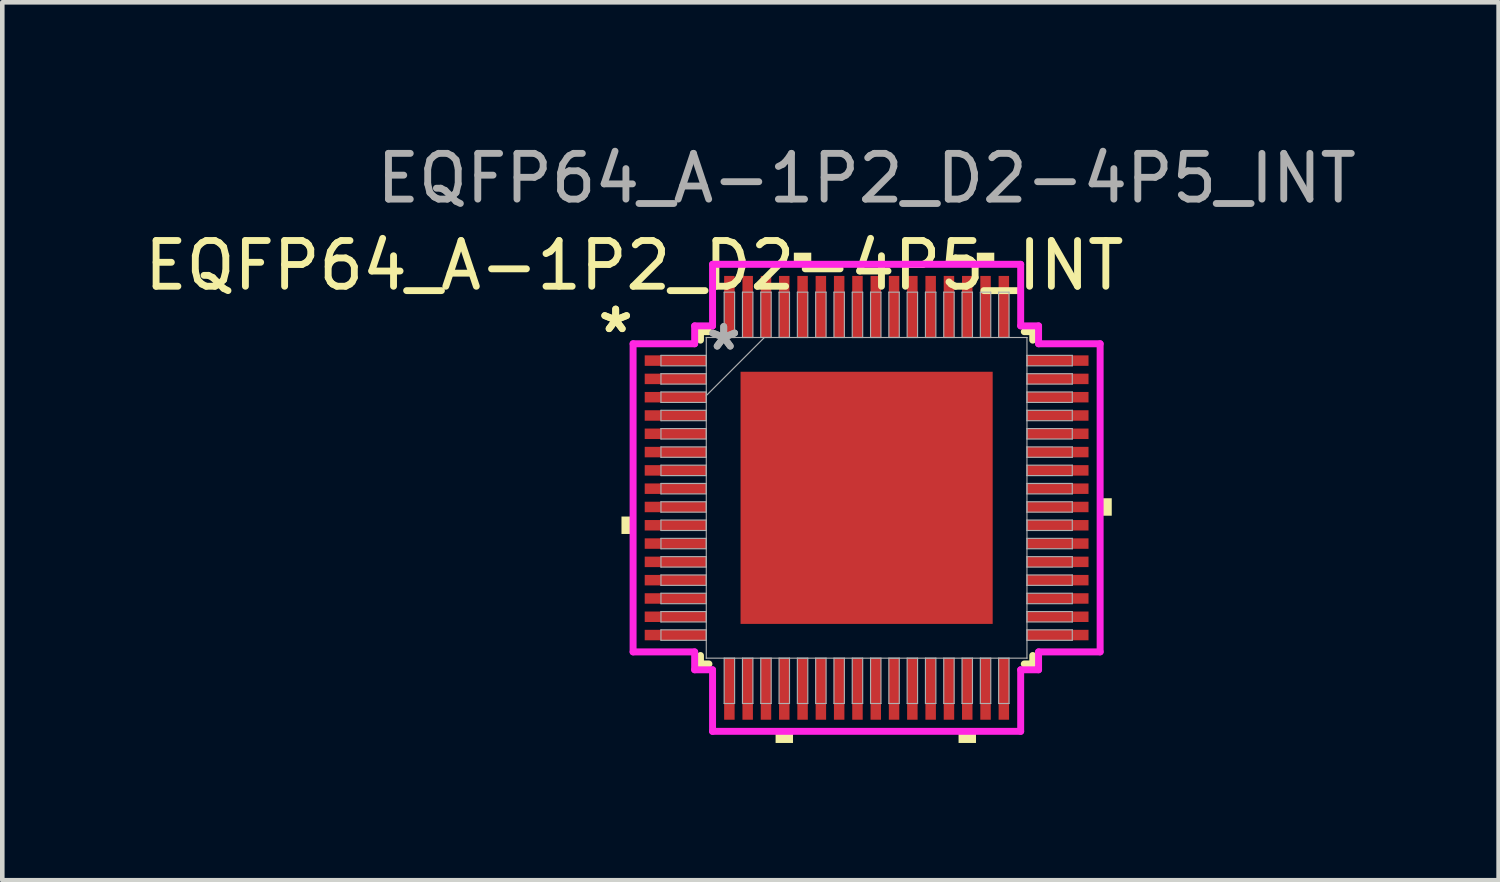
<source format=kicad_pcb>
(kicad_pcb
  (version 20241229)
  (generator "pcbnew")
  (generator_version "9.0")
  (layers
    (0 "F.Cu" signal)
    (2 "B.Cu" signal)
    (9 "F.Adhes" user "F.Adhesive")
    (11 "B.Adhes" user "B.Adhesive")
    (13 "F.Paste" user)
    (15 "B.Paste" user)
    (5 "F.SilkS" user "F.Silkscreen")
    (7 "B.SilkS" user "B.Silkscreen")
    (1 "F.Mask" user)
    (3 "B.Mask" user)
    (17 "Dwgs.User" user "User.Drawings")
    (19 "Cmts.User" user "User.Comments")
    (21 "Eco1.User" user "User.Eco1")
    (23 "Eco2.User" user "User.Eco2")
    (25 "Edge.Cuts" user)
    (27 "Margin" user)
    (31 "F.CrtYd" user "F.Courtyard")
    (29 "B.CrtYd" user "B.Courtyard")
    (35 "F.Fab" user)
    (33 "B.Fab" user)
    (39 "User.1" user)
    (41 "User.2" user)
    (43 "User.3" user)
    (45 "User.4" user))
  (footprint "EQFP64_A-1P2_D2-4P5_INT"
    (layer "F.Cu")
    (at 15.895 7.833)
    (property "Reference" "EQFP64_A-1P2_D2-4P5_INT" (at -5.08 -5.08 0) (unlocked yes) (layer "F.SilkS") (effects (font (size 1 1) (thickness 0.15))))
    (attr smd)
    (fp_line (start -3.632 -3.632) (end -3.632 -3.447) (stroke (width 0.152) (type solid)) (layer "F.SilkS"))
    (fp_line (start -3.632 3.447) (end -3.632 3.632) (stroke (width 0.152) (type solid)) (layer "F.SilkS"))
    (fp_line (start -3.632 3.632) (end -3.447 3.632) (stroke (width 0.152) (type solid)) (layer "F.SilkS"))
    (fp_line (start -3.447 -3.632) (end -3.632 -3.632) (stroke (width 0.152) (type solid)) (layer "F.SilkS"))
    (fp_line (start 3.447 3.632) (end 3.632 3.632) (stroke (width 0.152) (type solid)) (layer "F.SilkS"))
    (fp_line (start 3.632 -3.632) (end 3.447 -3.632) (stroke (width 0.152) (type solid)) (layer "F.SilkS"))
    (fp_line (start 3.632 -3.447) (end 3.632 -3.632) (stroke (width 0.152) (type solid)) (layer "F.SilkS"))
    (fp_line (start 3.632 3.632) (end 3.632 3.447) (stroke (width 0.152) (type solid)) (layer "F.SilkS"))
    (fp_poly (pts (xy -5.359 0.409) (xy -5.359 0.79) (xy -5.105 0.79) (xy -5.105 0.409)) (stroke (width 0) (type solid)) (fill yes) (layer "F.SilkS"))
    (fp_poly (pts (xy -1.99 5.105) (xy -1.99 5.359) (xy -1.609 5.359) (xy -1.609 5.105)) (stroke (width 0) (type solid)) (fill yes) (layer "F.SilkS"))
    (fp_poly (pts (xy -1.591 -5.105) (xy -1.591 -5.359) (xy -1.21 -5.359) (xy -1.21 -5.105)) (stroke (width 0) (type solid)) (fill yes) (layer "F.SilkS"))
    (fp_poly (pts (xy 2.01 5.105) (xy 2.01 5.359) (xy 2.391 5.359) (xy 2.391 5.105)) (stroke (width 0) (type solid)) (fill yes) (layer "F.SilkS"))
    (fp_poly (pts (xy 2.409 -5.105) (xy 2.409 -5.359) (xy 2.791 -5.359) (xy 2.791 -5.105)) (stroke (width 0) (type solid)) (fill yes) (layer "F.SilkS"))
    (fp_poly (pts (xy 5.359 0.009) (xy 5.359 0.391) (xy 5.105 0.391) (xy 5.105 0.009)) (stroke (width 0) (type solid)) (fill yes) (layer "F.SilkS"))
    (fp_poly (pts (xy -2.656 -2.656) (xy -2.656 -1.478) (xy -1.478 -1.478) (xy -1.478 -2.656)) (stroke (width 0) (type solid)) (fill yes) (layer "F.Paste"))
    (fp_poly (pts (xy -2.656 -1.278) (xy -2.656 -0.1) (xy -1.478 -0.1) (xy -1.478 -1.278)) (stroke (width 0) (type solid)) (fill yes) (layer "F.Paste"))
    (fp_poly (pts (xy -2.656 0.1) (xy -2.656 1.278) (xy -1.478 1.278) (xy -1.478 0.1)) (stroke (width 0) (type solid)) (fill yes) (layer "F.Paste"))
    (fp_poly (pts (xy -2.656 1.478) (xy -2.656 2.656) (xy -1.478 2.656) (xy -1.478 1.478)) (stroke (width 0) (type solid)) (fill yes) (layer "F.Paste"))
    (fp_poly (pts (xy -1.278 -2.656) (xy -1.278 -1.478) (xy -0.1 -1.478) (xy -0.1 -2.656)) (stroke (width 0) (type solid)) (fill yes) (layer "F.Paste"))
    (fp_poly (pts (xy -1.278 -1.278) (xy -1.278 -0.1) (xy -0.1 -0.1) (xy -0.1 -1.278)) (stroke (width 0) (type solid)) (fill yes) (layer "F.Paste"))
    (fp_poly (pts (xy -1.278 0.1) (xy -1.278 1.278) (xy -0.1 1.278) (xy -0.1 0.1)) (stroke (width 0) (type solid)) (fill yes) (layer "F.Paste"))
    (fp_poly (pts (xy -1.278 1.478) (xy -1.278 2.656) (xy -0.1 2.656) (xy -0.1 1.478)) (stroke (width 0) (type solid)) (fill yes) (layer "F.Paste"))
    (fp_poly (pts (xy 0.1 -2.656) (xy 0.1 -1.478) (xy 1.278 -1.478) (xy 1.278 -2.656)) (stroke (width 0) (type solid)) (fill yes) (layer "F.Paste"))
    (fp_poly (pts (xy 0.1 -1.278) (xy 0.1 -0.1) (xy 1.278 -0.1) (xy 1.278 -1.278)) (stroke (width 0) (type solid)) (fill yes) (layer "F.Paste"))
    (fp_poly (pts (xy 0.1 0.1) (xy 0.1 1.278) (xy 1.278 1.278) (xy 1.278 0.1)) (stroke (width 0) (type solid)) (fill yes) (layer "F.Paste"))
    (fp_poly (pts (xy 0.1 1.478) (xy 0.1 2.656) (xy 1.278 2.656) (xy 1.278 1.478)) (stroke (width 0) (type solid)) (fill yes) (layer "F.Paste"))
    (fp_poly (pts (xy 1.478 -2.656) (xy 1.478 -1.478) (xy 2.656 -1.478) (xy 2.656 -2.656)) (stroke (width 0) (type solid)) (fill yes) (layer "F.Paste"))
    (fp_poly (pts (xy 1.478 -1.278) (xy 1.478 -0.1) (xy 2.656 -0.1) (xy 2.656 -1.278)) (stroke (width 0) (type solid)) (fill yes) (layer "F.Paste"))
    (fp_poly (pts (xy 1.478 0.1) (xy 1.478 1.278) (xy 2.656 1.278) (xy 2.656 0.1)) (stroke (width 0) (type solid)) (fill yes) (layer "F.Paste"))
    (fp_poly (pts (xy 1.478 1.478) (xy 1.478 2.656) (xy 2.656 2.656) (xy 2.656 1.478)) (stroke (width 0) (type solid)) (fill yes) (layer "F.Paste"))
    (fp_line (start -5.105 -3.368) (end -3.759 -3.368) (stroke (width 0.152) (type solid)) (layer "F.CrtYd"))
    (fp_line (start -5.105 3.368) (end -5.105 -3.368) (stroke (width 0.152) (type solid)) (layer "F.CrtYd"))
    (fp_line (start -3.759 -3.759) (end -3.368 -3.759) (stroke (width 0.152) (type solid)) (layer "F.CrtYd"))
    (fp_line (start -3.759 -3.368) (end -3.759 -3.759) (stroke (width 0.152) (type solid)) (layer "F.CrtYd"))
    (fp_line (start -3.759 3.368) (end -5.105 3.368) (stroke (width 0.152) (type solid)) (layer "F.CrtYd"))
    (fp_line (start -3.759 3.759) (end -3.759 3.368) (stroke (width 0.152) (type solid)) (layer "F.CrtYd"))
    (fp_line (start -3.759 3.759) (end -3.368 3.759) (stroke (width 0.152) (type solid)) (layer "F.CrtYd"))
    (fp_line (start -3.368 -5.105) (end 3.368 -5.105) (stroke (width 0.152) (type solid)) (layer "F.CrtYd"))
    (fp_line (start -3.368 -3.759) (end -3.368 -5.105) (stroke (width 0.152) (type solid)) (layer "F.CrtYd"))
    (fp_line (start -3.368 3.759) (end -3.368 5.105) (stroke (width 0.152) (type solid)) (layer "F.CrtYd"))
    (fp_line (start -3.368 5.105) (end 3.368 5.105) (stroke (width 0.152) (type solid)) (layer "F.CrtYd"))
    (fp_line (start 3.368 -5.105) (end 3.368 -3.759) (stroke (width 0.152) (type solid)) (layer "F.CrtYd"))
    (fp_line (start 3.368 -3.759) (end 3.759 -3.759) (stroke (width 0.152) (type solid)) (layer "F.CrtYd"))
    (fp_line (start 3.368 3.759) (end 3.759 3.759) (stroke (width 0.152) (type solid)) (layer "F.CrtYd"))
    (fp_line (start 3.368 5.105) (end 3.368 3.759) (stroke (width 0.152) (type solid)) (layer "F.CrtYd"))
    (fp_line (start 3.759 -3.368) (end 3.759 -3.759) (stroke (width 0.152) (type solid)) (layer "F.CrtYd"))
    (fp_line (start 3.759 3.368) (end 5.105 3.368) (stroke (width 0.152) (type solid)) (layer "F.CrtYd"))
    (fp_line (start 3.759 3.759) (end 3.759 3.368) (stroke (width 0.152) (type solid)) (layer "F.CrtYd"))
    (fp_line (start 5.105 -3.368) (end 3.759 -3.368) (stroke (width 0.152) (type solid)) (layer "F.CrtYd"))
    (fp_line (start 5.105 3.368) (end 5.105 -3.368) (stroke (width 0.152) (type solid)) (layer "F.CrtYd"))
    (fp_line (start -4.496 -3.114) (end -4.496 -2.886) (stroke (width 0.025) (type solid)) (layer "F.Fab"))
    (fp_line (start -4.496 -2.886) (end -3.505 -2.886) (stroke (width 0.025) (type solid)) (layer "F.Fab"))
    (fp_line (start -4.496 -2.714) (end -4.496 -2.486) (stroke (width 0.025) (type solid)) (layer "F.Fab"))
    (fp_line (start -4.496 -2.486) (end -3.505 -2.486) (stroke (width 0.025) (type solid)) (layer "F.Fab"))
    (fp_line (start -4.496 -2.314) (end -4.496 -2.086) (stroke (width 0.025) (type solid)) (layer "F.Fab"))
    (fp_line (start -4.496 -2.086) (end -3.505 -2.086) (stroke (width 0.025) (type solid)) (layer "F.Fab"))
    (fp_line (start -4.496 -1.914) (end -4.496 -1.686) (stroke (width 0.025) (type solid)) (layer "F.Fab"))
    (fp_line (start -4.496 -1.686) (end -3.505 -1.686) (stroke (width 0.025) (type solid)) (layer "F.Fab"))
    (fp_line (start -4.496 -1.514) (end -4.496 -1.286) (stroke (width 0.025) (type solid)) (layer "F.Fab"))
    (fp_line (start -4.496 -1.286) (end -3.505 -1.286) (stroke (width 0.025) (type solid)) (layer "F.Fab"))
    (fp_line (start -4.496 -1.114) (end -4.496 -0.886) (stroke (width 0.025) (type solid)) (layer "F.Fab"))
    (fp_line (start -4.496 -0.886) (end -3.505 -0.886) (stroke (width 0.025) (type solid)) (layer "F.Fab"))
    (fp_line (start -4.496 -0.714) (end -4.496 -0.486) (stroke (width 0.025) (type solid)) (layer "F.Fab"))
    (fp_line (start -4.496 -0.486) (end -3.505 -0.486) (stroke (width 0.025) (type solid)) (layer "F.Fab"))
    (fp_line (start -4.496 -0.314) (end -4.496 -0.086) (stroke (width 0.025) (type solid)) (layer "F.Fab"))
    (fp_line (start -4.496 -0.086) (end -3.505 -0.086) (stroke (width 0.025) (type solid)) (layer "F.Fab"))
    (fp_line (start -4.496 0.086) (end -4.496 0.314) (stroke (width 0.025) (type solid)) (layer "F.Fab"))
    (fp_line (start -4.496 0.314) (end -3.505 0.314) (stroke (width 0.025) (type solid)) (layer "F.Fab"))
    (fp_line (start -4.496 0.486) (end -4.496 0.714) (stroke (width 0.025) (type solid)) (layer "F.Fab"))
    (fp_line (start -4.496 0.714) (end -3.505 0.714) (stroke (width 0.025) (type solid)) (layer "F.Fab"))
    (fp_line (start -4.496 0.886) (end -4.496 1.114) (stroke (width 0.025) (type solid)) (layer "F.Fab"))
    (fp_line (start -4.496 1.114) (end -3.505 1.114) (stroke (width 0.025) (type solid)) (layer "F.Fab"))
    (fp_line (start -4.496 1.286) (end -4.496 1.514) (stroke (width 0.025) (type solid)) (layer "F.Fab"))
    (fp_line (start -4.496 1.514) (end -3.505 1.514) (stroke (width 0.025) (type solid)) (layer "F.Fab"))
    (fp_line (start -4.496 1.686) (end -4.496 1.914) (stroke (width 0.025) (type solid)) (layer "F.Fab"))
    (fp_line (start -4.496 1.914) (end -3.505 1.914) (stroke (width 0.025) (type solid)) (layer "F.Fab"))
    (fp_line (start -4.496 2.086) (end -4.496 2.314) (stroke (width 0.025) (type solid)) (layer "F.Fab"))
    (fp_line (start -4.496 2.314) (end -3.505 2.314) (stroke (width 0.025) (type solid)) (layer "F.Fab"))
    (fp_line (start -4.496 2.486) (end -4.496 2.714) (stroke (width 0.025) (type solid)) (layer "F.Fab"))
    (fp_line (start -4.496 2.714) (end -3.505 2.714) (stroke (width 0.025) (type solid)) (layer "F.Fab"))
    (fp_line (start -4.496 2.886) (end -4.496 3.114) (stroke (width 0.025) (type solid)) (layer "F.Fab"))
    (fp_line (start -4.496 3.114) (end -3.505 3.114) (stroke (width 0.025) (type solid)) (layer "F.Fab"))
    (fp_line (start -3.505 -3.505) (end -3.505 -3.505) (stroke (width 0.025) (type solid)) (layer "F.Fab"))
    (fp_line (start -3.505 -3.505) (end -3.505 3.505) (stroke (width 0.025) (type solid)) (layer "F.Fab"))
    (fp_line (start -3.505 -3.114) (end -4.496 -3.114) (stroke (width 0.025) (type solid)) (layer "F.Fab"))
    (fp_line (start -3.505 -2.886) (end -3.505 -3.114) (stroke (width 0.025) (type solid)) (layer "F.Fab"))
    (fp_line (start -3.505 -2.714) (end -4.496 -2.714) (stroke (width 0.025) (type solid)) (layer "F.Fab"))
    (fp_line (start -3.505 -2.486) (end -3.505 -2.714) (stroke (width 0.025) (type solid)) (layer "F.Fab"))
    (fp_line (start -3.505 -2.314) (end -4.496 -2.314) (stroke (width 0.025) (type solid)) (layer "F.Fab"))
    (fp_line (start -3.505 -2.235) (end -2.235 -3.505) (stroke (width 0.025) (type solid)) (layer "F.Fab"))
    (fp_line (start -3.505 -2.086) (end -3.505 -2.314) (stroke (width 0.025) (type solid)) (layer "F.Fab"))
    (fp_line (start -3.505 -1.914) (end -4.496 -1.914) (stroke (width 0.025) (type solid)) (layer "F.Fab"))
    (fp_line (start -3.505 -1.686) (end -3.505 -1.914) (stroke (width 0.025) (type solid)) (layer "F.Fab"))
    (fp_line (start -3.505 -1.514) (end -4.496 -1.514) (stroke (width 0.025) (type solid)) (layer "F.Fab"))
    (fp_line (start -3.505 -1.286) (end -3.505 -1.514) (stroke (width 0.025) (type solid)) (layer "F.Fab"))
    (fp_line (start -3.505 -1.114) (end -4.496 -1.114) (stroke (width 0.025) (type solid)) (layer "F.Fab"))
    (fp_line (start -3.505 -0.886) (end -3.505 -1.114) (stroke (width 0.025) (type solid)) (layer "F.Fab"))
    (fp_line (start -3.505 -0.714) (end -4.496 -0.714) (stroke (width 0.025) (type solid)) (layer "F.Fab"))
    (fp_line (start -3.505 -0.486) (end -3.505 -0.714) (stroke (width 0.025) (type solid)) (layer "F.Fab"))
    (fp_line (start -3.505 -0.314) (end -4.496 -0.314) (stroke (width 0.025) (type solid)) (layer "F.Fab"))
    (fp_line (start -3.505 -0.086) (end -3.505 -0.314) (stroke (width 0.025) (type solid)) (layer "F.Fab"))
    (fp_line (start -3.505 0.086) (end -4.496 0.086) (stroke (width 0.025) (type solid)) (layer "F.Fab"))
    (fp_line (start -3.505 0.314) (end -3.505 0.086) (stroke (width 0.025) (type solid)) (layer "F.Fab"))
    (fp_line (start -3.505 0.486) (end -4.496 0.486) (stroke (width 0.025) (type solid)) (layer "F.Fab"))
    (fp_line (start -3.505 0.714) (end -3.505 0.486) (stroke (width 0.025) (type solid)) (layer "F.Fab"))
    (fp_line (start -3.505 0.886) (end -4.496 0.886) (stroke (width 0.025) (type solid)) (layer "F.Fab"))
    (fp_line (start -3.505 1.114) (end -3.505 0.886) (stroke (width 0.025) (type solid)) (layer "F.Fab"))
    (fp_line (start -3.505 1.286) (end -4.496 1.286) (stroke (width 0.025) (type solid)) (layer "F.Fab"))
    (fp_line (start -3.505 1.514) (end -3.505 1.286) (stroke (width 0.025) (type solid)) (layer "F.Fab"))
    (fp_line (start -3.505 1.686) (end -4.496 1.686) (stroke (width 0.025) (type solid)) (layer "F.Fab"))
    (fp_line (start -3.505 1.914) (end -3.505 1.686) (stroke (width 0.025) (type solid)) (layer "F.Fab"))
    (fp_line (start -3.505 2.086) (end -4.496 2.086) (stroke (width 0.025) (type solid)) (layer "F.Fab"))
    (fp_line (start -3.505 2.314) (end -3.505 2.086) (stroke (width 0.025) (type solid)) (layer "F.Fab"))
    (fp_line (start -3.505 2.486) (end -4.496 2.486) (stroke (width 0.025) (type solid)) (layer "F.Fab"))
    (fp_line (start -3.505 2.714) (end -3.505 2.486) (stroke (width 0.025) (type solid)) (layer "F.Fab"))
    (fp_line (start -3.505 2.886) (end -4.496 2.886) (stroke (width 0.025) (type solid)) (layer "F.Fab"))
    (fp_line (start -3.505 3.114) (end -3.505 2.886) (stroke (width 0.025) (type solid)) (layer "F.Fab"))
    (fp_line (start -3.505 3.505) (end -3.505 3.505) (stroke (width 0.025) (type solid)) (layer "F.Fab"))
    (fp_line (start -3.505 3.505) (end 3.505 3.505) (stroke (width 0.025) (type solid)) (layer "F.Fab"))
    (fp_line (start -3.114 -4.496) (end -3.114 -3.505) (stroke (width 0.025) (type solid)) (layer "F.Fab"))
    (fp_line (start -3.114 -3.505) (end -2.886 -3.505) (stroke (width 0.025) (type solid)) (layer "F.Fab"))
    (fp_line (start -3.114 3.505) (end -3.114 4.496) (stroke (width 0.025) (type solid)) (layer "F.Fab"))
    (fp_line (start -3.114 4.496) (end -2.886 4.496) (stroke (width 0.025) (type solid)) (layer "F.Fab"))
    (fp_line (start -2.886 -4.496) (end -3.114 -4.496) (stroke (width 0.025) (type solid)) (layer "F.Fab"))
    (fp_line (start -2.886 -3.505) (end -2.886 -4.496) (stroke (width 0.025) (type solid)) (layer "F.Fab"))
    (fp_line (start -2.886 3.505) (end -3.114 3.505) (stroke (width 0.025) (type solid)) (layer "F.Fab"))
    (fp_line (start -2.886 4.496) (end -2.886 3.505) (stroke (width 0.025) (type solid)) (layer "F.Fab"))
    (fp_line (start -2.714 -4.496) (end -2.714 -3.505) (stroke (width 0.025) (type solid)) (layer "F.Fab"))
    (fp_line (start -2.714 -3.505) (end -2.486 -3.505) (stroke (width 0.025) (type solid)) (layer "F.Fab"))
    (fp_line (start -2.714 3.505) (end -2.714 4.496) (stroke (width 0.025) (type solid)) (layer "F.Fab"))
    (fp_line (start -2.714 4.496) (end -2.486 4.496) (stroke (width 0.025) (type solid)) (layer "F.Fab"))
    (fp_line (start -2.486 -4.496) (end -2.714 -4.496) (stroke (width 0.025) (type solid)) (layer "F.Fab"))
    (fp_line (start -2.486 -3.505) (end -2.486 -4.496) (stroke (width 0.025) (type solid)) (layer "F.Fab"))
    (fp_line (start -2.486 3.505) (end -2.714 3.505) (stroke (width 0.025) (type solid)) (layer "F.Fab"))
    (fp_line (start -2.486 4.496) (end -2.486 3.505) (stroke (width 0.025) (type solid)) (layer "F.Fab"))
    (fp_line (start -2.314 -4.496) (end -2.314 -3.505) (stroke (width 0.025) (type solid)) (layer "F.Fab"))
    (fp_line (start -2.314 -3.505) (end -2.086 -3.505) (stroke (width 0.025) (type solid)) (layer "F.Fab"))
    (fp_line (start -2.314 3.505) (end -2.314 4.496) (stroke (width 0.025) (type solid)) (layer "F.Fab"))
    (fp_line (start -2.314 4.496) (end -2.086 4.496) (stroke (width 0.025) (type solid)) (layer "F.Fab"))
    (fp_line (start -2.086 -4.496) (end -2.314 -4.496) (stroke (width 0.025) (type solid)) (layer "F.Fab"))
    (fp_line (start -2.086 -3.505) (end -2.086 -4.496) (stroke (width 0.025) (type solid)) (layer "F.Fab"))
    (fp_line (start -2.086 3.505) (end -2.314 3.505) (stroke (width 0.025) (type solid)) (layer "F.Fab"))
    (fp_line (start -2.086 4.496) (end -2.086 3.505) (stroke (width 0.025) (type solid)) (layer "F.Fab"))
    (fp_line (start -1.914 -4.496) (end -1.914 -3.505) (stroke (width 0.025) (type solid)) (layer "F.Fab"))
    (fp_line (start -1.914 -3.505) (end -1.686 -3.505) (stroke (width 0.025) (type solid)) (layer "F.Fab"))
    (fp_line (start -1.914 3.505) (end -1.914 4.496) (stroke (width 0.025) (type solid)) (layer "F.Fab"))
    (fp_line (start -1.914 4.496) (end -1.686 4.496) (stroke (width 0.025) (type solid)) (layer "F.Fab"))
    (fp_line (start -1.686 -4.496) (end -1.914 -4.496) (stroke (width 0.025) (type solid)) (layer "F.Fab"))
    (fp_line (start -1.686 -3.505) (end -1.686 -4.496) (stroke (width 0.025) (type solid)) (layer "F.Fab"))
    (fp_line (start -1.686 3.505) (end -1.914 3.505) (stroke (width 0.025) (type solid)) (layer "F.Fab"))
    (fp_line (start -1.686 4.496) (end -1.686 3.505) (stroke (width 0.025) (type solid)) (layer "F.Fab"))
    (fp_line (start -1.514 -4.496) (end -1.514 -3.505) (stroke (width 0.025) (type solid)) (layer "F.Fab"))
    (fp_line (start -1.514 -3.505) (end -1.286 -3.505) (stroke (width 0.025) (type solid)) (layer "F.Fab"))
    (fp_line (start -1.514 3.505) (end -1.514 4.496) (stroke (width 0.025) (type solid)) (layer "F.Fab"))
    (fp_line (start -1.514 4.496) (end -1.286 4.496) (stroke (width 0.025) (type solid)) (layer "F.Fab"))
    (fp_line (start -1.286 -4.496) (end -1.514 -4.496) (stroke (width 0.025) (type solid)) (layer "F.Fab"))
    (fp_line (start -1.286 -3.505) (end -1.286 -4.496) (stroke (width 0.025) (type solid)) (layer "F.Fab"))
    (fp_line (start -1.286 3.505) (end -1.514 3.505) (stroke (width 0.025) (type solid)) (layer "F.Fab"))
    (fp_line (start -1.286 4.496) (end -1.286 3.505) (stroke (width 0.025) (type solid)) (layer "F.Fab"))
    (fp_line (start -1.114 -4.496) (end -1.114 -3.505) (stroke (width 0.025) (type solid)) (layer "F.Fab"))
    (fp_line (start -1.114 -3.505) (end -0.886 -3.505) (stroke (width 0.025) (type solid)) (layer "F.Fab"))
    (fp_line (start -1.114 3.505) (end -1.114 4.496) (stroke (width 0.025) (type solid)) (layer "F.Fab"))
    (fp_line (start -1.114 4.496) (end -0.886 4.496) (stroke (width 0.025) (type solid)) (layer "F.Fab"))
    (fp_line (start -0.886 -4.496) (end -1.114 -4.496) (stroke (width 0.025) (type solid)) (layer "F.Fab"))
    (fp_line (start -0.886 -3.505) (end -0.886 -4.496) (stroke (width 0.025) (type solid)) (layer "F.Fab"))
    (fp_line (start -0.886 3.505) (end -1.114 3.505) (stroke (width 0.025) (type solid)) (layer "F.Fab"))
    (fp_line (start -0.886 4.496) (end -0.886 3.505) (stroke (width 0.025) (type solid)) (layer "F.Fab"))
    (fp_line (start -0.714 -4.496) (end -0.714 -3.505) (stroke (width 0.025) (type solid)) (layer "F.Fab"))
    (fp_line (start -0.714 -3.505) (end -0.486 -3.505) (stroke (width 0.025) (type solid)) (layer "F.Fab"))
    (fp_line (start -0.714 3.505) (end -0.714 4.496) (stroke (width 0.025) (type solid)) (layer "F.Fab"))
    (fp_line (start -0.714 4.496) (end -0.486 4.496) (stroke (width 0.025) (type solid)) (layer "F.Fab"))
    (fp_line (start -0.486 -4.496) (end -0.714 -4.496) (stroke (width 0.025) (type solid)) (layer "F.Fab"))
    (fp_line (start -0.486 -3.505) (end -0.486 -4.496) (stroke (width 0.025) (type solid)) (layer "F.Fab"))
    (fp_line (start -0.486 3.505) (end -0.714 3.505) (stroke (width 0.025) (type solid)) (layer "F.Fab"))
    (fp_line (start -0.486 4.496) (end -0.486 3.505) (stroke (width 0.025) (type solid)) (layer "F.Fab"))
    (fp_line (start -0.314 -4.496) (end -0.314 -3.505) (stroke (width 0.025) (type solid)) (layer "F.Fab"))
    (fp_line (start -0.314 -3.505) (end -0.086 -3.505) (stroke (width 0.025) (type solid)) (layer "F.Fab"))
    (fp_line (start -0.314 3.505) (end -0.314 4.496) (stroke (width 0.025) (type solid)) (layer "F.Fab"))
    (fp_line (start -0.314 4.496) (end -0.086 4.496) (stroke (width 0.025) (type solid)) (layer "F.Fab"))
    (fp_line (start -0.086 -4.496) (end -0.314 -4.496) (stroke (width 0.025) (type solid)) (layer "F.Fab"))
    (fp_line (start -0.086 -3.505) (end -0.086 -4.496) (stroke (width 0.025) (type solid)) (layer "F.Fab"))
    (fp_line (start -0.086 3.505) (end -0.314 3.505) (stroke (width 0.025) (type solid)) (layer "F.Fab"))
    (fp_line (start -0.086 4.496) (end -0.086 3.505) (stroke (width 0.025) (type solid)) (layer "F.Fab"))
    (fp_line (start 0.086 -4.496) (end 0.086 -3.505) (stroke (width 0.025) (type solid)) (layer "F.Fab"))
    (fp_line (start 0.086 -3.505) (end 0.314 -3.505) (stroke (width 0.025) (type solid)) (layer "F.Fab"))
    (fp_line (start 0.086 3.505) (end 0.086 4.496) (stroke (width 0.025) (type solid)) (layer "F.Fab"))
    (fp_line (start 0.086 4.496) (end 0.314 4.496) (stroke (width 0.025) (type solid)) (layer "F.Fab"))
    (fp_line (start 0.314 -4.496) (end 0.086 -4.496) (stroke (width 0.025) (type solid)) (layer "F.Fab"))
    (fp_line (start 0.314 -3.505) (end 0.314 -4.496) (stroke (width 0.025) (type solid)) (layer "F.Fab"))
    (fp_line (start 0.314 3.505) (end 0.086 3.505) (stroke (width 0.025) (type solid)) (layer "F.Fab"))
    (fp_line (start 0.314 4.496) (end 0.314 3.505) (stroke (width 0.025) (type solid)) (layer "F.Fab"))
    (fp_line (start 0.486 -4.496) (end 0.486 -3.505) (stroke (width 0.025) (type solid)) (layer "F.Fab"))
    (fp_line (start 0.486 -3.505) (end 0.714 -3.505) (stroke (width 0.025) (type solid)) (layer "F.Fab"))
    (fp_line (start 0.486 3.505) (end 0.486 4.496) (stroke (width 0.025) (type solid)) (layer "F.Fab"))
    (fp_line (start 0.486 4.496) (end 0.714 4.496) (stroke (width 0.025) (type solid)) (layer "F.Fab"))
    (fp_line (start 0.714 -4.496) (end 0.486 -4.496) (stroke (width 0.025) (type solid)) (layer "F.Fab"))
    (fp_line (start 0.714 -3.505) (end 0.714 -4.496) (stroke (width 0.025) (type solid)) (layer "F.Fab"))
    (fp_line (start 0.714 3.505) (end 0.486 3.505) (stroke (width 0.025) (type solid)) (layer "F.Fab"))
    (fp_line (start 0.714 4.496) (end 0.714 3.505) (stroke (width 0.025) (type solid)) (layer "F.Fab"))
    (fp_line (start 0.886 -4.496) (end 0.886 -3.505) (stroke (width 0.025) (type solid)) (layer "F.Fab"))
    (fp_line (start 0.886 -3.505) (end 1.114 -3.505) (stroke (width 0.025) (type solid)) (layer "F.Fab"))
    (fp_line (start 0.886 3.505) (end 0.886 4.496) (stroke (width 0.025) (type solid)) (layer "F.Fab"))
    (fp_line (start 0.886 4.496) (end 1.114 4.496) (stroke (width 0.025) (type solid)) (layer "F.Fab"))
    (fp_line (start 1.114 -4.496) (end 0.886 -4.496) (stroke (width 0.025) (type solid)) (layer "F.Fab"))
    (fp_line (start 1.114 -3.505) (end 1.114 -4.496) (stroke (width 0.025) (type solid)) (layer "F.Fab"))
    (fp_line (start 1.114 3.505) (end 0.886 3.505) (stroke (width 0.025) (type solid)) (layer "F.Fab"))
    (fp_line (start 1.114 4.496) (end 1.114 3.505) (stroke (width 0.025) (type solid)) (layer "F.Fab"))
    (fp_line (start 1.286 -4.496) (end 1.286 -3.505) (stroke (width 0.025) (type solid)) (layer "F.Fab"))
    (fp_line (start 1.286 -3.505) (end 1.514 -3.505) (stroke (width 0.025) (type solid)) (layer "F.Fab"))
    (fp_line (start 1.286 3.505) (end 1.286 4.496) (stroke (width 0.025) (type solid)) (layer "F.Fab"))
    (fp_line (start 1.286 4.496) (end 1.514 4.496) (stroke (width 0.025) (type solid)) (layer "F.Fab"))
    (fp_line (start 1.514 -4.496) (end 1.286 -4.496) (stroke (width 0.025) (type solid)) (layer "F.Fab"))
    (fp_line (start 1.514 -3.505) (end 1.514 -4.496) (stroke (width 0.025) (type solid)) (layer "F.Fab"))
    (fp_line (start 1.514 3.505) (end 1.286 3.505) (stroke (width 0.025) (type solid)) (layer "F.Fab"))
    (fp_line (start 1.514 4.496) (end 1.514 3.505) (stroke (width 0.025) (type solid)) (layer "F.Fab"))
    (fp_line (start 1.686 -4.496) (end 1.686 -3.505) (stroke (width 0.025) (type solid)) (layer "F.Fab"))
    (fp_line (start 1.686 -3.505) (end 1.914 -3.505) (stroke (width 0.025) (type solid)) (layer "F.Fab"))
    (fp_line (start 1.686 3.505) (end 1.686 4.496) (stroke (width 0.025) (type solid)) (layer "F.Fab"))
    (fp_line (start 1.686 4.496) (end 1.914 4.496) (stroke (width 0.025) (type solid)) (layer "F.Fab"))
    (fp_line (start 1.914 -4.496) (end 1.686 -4.496) (stroke (width 0.025) (type solid)) (layer "F.Fab"))
    (fp_line (start 1.914 -3.505) (end 1.914 -4.496) (stroke (width 0.025) (type solid)) (layer "F.Fab"))
    (fp_line (start 1.914 3.505) (end 1.686 3.505) (stroke (width 0.025) (type solid)) (layer "F.Fab"))
    (fp_line (start 1.914 4.496) (end 1.914 3.505) (stroke (width 0.025) (type solid)) (layer "F.Fab"))
    (fp_line (start 2.086 -4.496) (end 2.086 -3.505) (stroke (width 0.025) (type solid)) (layer "F.Fab"))
    (fp_line (start 2.086 -3.505) (end 2.314 -3.505) (stroke (width 0.025) (type solid)) (layer "F.Fab"))
    (fp_line (start 2.086 3.505) (end 2.086 4.496) (stroke (width 0.025) (type solid)) (layer "F.Fab"))
    (fp_line (start 2.086 4.496) (end 2.314 4.496) (stroke (width 0.025) (type solid)) (layer "F.Fab"))
    (fp_line (start 2.314 -4.496) (end 2.086 -4.496) (stroke (width 0.025) (type solid)) (layer "F.Fab"))
    (fp_line (start 2.314 -3.505) (end 2.314 -4.496) (stroke (width 0.025) (type solid)) (layer "F.Fab"))
    (fp_line (start 2.314 3.505) (end 2.086 3.505) (stroke (width 0.025) (type solid)) (layer "F.Fab"))
    (fp_line (start 2.314 4.496) (end 2.314 3.505) (stroke (width 0.025) (type solid)) (layer "F.Fab"))
    (fp_line (start 2.486 -4.496) (end 2.486 -3.505) (stroke (width 0.025) (type solid)) (layer "F.Fab"))
    (fp_line (start 2.486 -3.505) (end 2.714 -3.505) (stroke (width 0.025) (type solid)) (layer "F.Fab"))
    (fp_line (start 2.486 3.505) (end 2.486 4.496) (stroke (width 0.025) (type solid)) (layer "F.Fab"))
    (fp_line (start 2.486 4.496) (end 2.714 4.496) (stroke (width 0.025) (type solid)) (layer "F.Fab"))
    (fp_line (start 2.714 -4.496) (end 2.486 -4.496) (stroke (width 0.025) (type solid)) (layer "F.Fab"))
    (fp_line (start 2.714 -3.505) (end 2.714 -4.496) (stroke (width 0.025) (type solid)) (layer "F.Fab"))
    (fp_line (start 2.714 3.505) (end 2.486 3.505) (stroke (width 0.025) (type solid)) (layer "F.Fab"))
    (fp_line (start 2.714 4.496) (end 2.714 3.505) (stroke (width 0.025) (type solid)) (layer "F.Fab"))
    (fp_line (start 2.886 -4.496) (end 2.886 -3.505) (stroke (width 0.025) (type solid)) (layer "F.Fab"))
    (fp_line (start 2.886 -3.505) (end 3.114 -3.505) (stroke (width 0.025) (type solid)) (layer "F.Fab"))
    (fp_line (start 2.886 3.505) (end 2.886 4.496) (stroke (width 0.025) (type solid)) (layer "F.Fab"))
    (fp_line (start 2.886 4.496) (end 3.114 4.496) (stroke (width 0.025) (type solid)) (layer "F.Fab"))
    (fp_line (start 3.114 -4.496) (end 2.886 -4.496) (stroke (width 0.025) (type solid)) (layer "F.Fab"))
    (fp_line (start 3.114 -3.505) (end 3.114 -4.496) (stroke (width 0.025) (type solid)) (layer "F.Fab"))
    (fp_line (start 3.114 3.505) (end 2.886 3.505) (stroke (width 0.025) (type solid)) (layer "F.Fab"))
    (fp_line (start 3.114 4.496) (end 3.114 3.505) (stroke (width 0.025) (type solid)) (layer "F.Fab"))
    (fp_line (start 3.505 -3.505) (end -3.505 -3.505) (stroke (width 0.025) (type solid)) (layer "F.Fab"))
    (fp_line (start 3.505 -3.505) (end 3.505 -3.505) (stroke (width 0.025) (type solid)) (layer "F.Fab"))
    (fp_line (start 3.505 -3.114) (end 3.505 -2.886) (stroke (width 0.025) (type solid)) (layer "F.Fab"))
    (fp_line (start 3.505 -2.886) (end 4.496 -2.886) (stroke (width 0.025) (type solid)) (layer "F.Fab"))
    (fp_line (start 3.505 -2.714) (end 3.505 -2.486) (stroke (width 0.025) (type solid)) (layer "F.Fab"))
    (fp_line (start 3.505 -2.486) (end 4.496 -2.486) (stroke (width 0.025) (type solid)) (layer "F.Fab"))
    (fp_line (start 3.505 -2.314) (end 3.505 -2.086) (stroke (width 0.025) (type solid)) (layer "F.Fab"))
    (fp_line (start 3.505 -2.086) (end 4.496 -2.086) (stroke (width 0.025) (type solid)) (layer "F.Fab"))
    (fp_line (start 3.505 -1.914) (end 3.505 -1.686) (stroke (width 0.025) (type solid)) (layer "F.Fab"))
    (fp_line (start 3.505 -1.686) (end 4.496 -1.686) (stroke (width 0.025) (type solid)) (layer "F.Fab"))
    (fp_line (start 3.505 -1.514) (end 3.505 -1.286) (stroke (width 0.025) (type solid)) (layer "F.Fab"))
    (fp_line (start 3.505 -1.286) (end 4.496 -1.286) (stroke (width 0.025) (type solid)) (layer "F.Fab"))
    (fp_line (start 3.505 -1.114) (end 3.505 -0.886) (stroke (width 0.025) (type solid)) (layer "F.Fab"))
    (fp_line (start 3.505 -0.886) (end 4.496 -0.886) (stroke (width 0.025) (type solid)) (layer "F.Fab"))
    (fp_line (start 3.505 -0.714) (end 3.505 -0.486) (stroke (width 0.025) (type solid)) (layer "F.Fab"))
    (fp_line (start 3.505 -0.486) (end 4.496 -0.486) (stroke (width 0.025) (type solid)) (layer "F.Fab"))
    (fp_line (start 3.505 -0.314) (end 3.505 -0.086) (stroke (width 0.025) (type solid)) (layer "F.Fab"))
    (fp_line (start 3.505 -0.086) (end 4.496 -0.086) (stroke (width 0.025) (type solid)) (layer "F.Fab"))
    (fp_line (start 3.505 0.086) (end 3.505 0.314) (stroke (width 0.025) (type solid)) (layer "F.Fab"))
    (fp_line (start 3.505 0.314) (end 4.496 0.314) (stroke (width 0.025) (type solid)) (layer "F.Fab"))
    (fp_line (start 3.505 0.486) (end 3.505 0.714) (stroke (width 0.025) (type solid)) (layer "F.Fab"))
    (fp_line (start 3.505 0.714) (end 4.496 0.714) (stroke (width 0.025) (type solid)) (layer "F.Fab"))
    (fp_line (start 3.505 0.886) (end 3.505 1.114) (stroke (width 0.025) (type solid)) (layer "F.Fab"))
    (fp_line (start 3.505 1.114) (end 4.496 1.114) (stroke (width 0.025) (type solid)) (layer "F.Fab"))
    (fp_line (start 3.505 1.286) (end 3.505 1.514) (stroke (width 0.025) (type solid)) (layer "F.Fab"))
    (fp_line (start 3.505 1.514) (end 4.496 1.514) (stroke (width 0.025) (type solid)) (layer "F.Fab"))
    (fp_line (start 3.505 1.686) (end 3.505 1.914) (stroke (width 0.025) (type solid)) (layer "F.Fab"))
    (fp_line (start 3.505 1.914) (end 4.496 1.914) (stroke (width 0.025) (type solid)) (layer "F.Fab"))
    (fp_line (start 3.505 2.086) (end 3.505 2.314) (stroke (width 0.025) (type solid)) (layer "F.Fab"))
    (fp_line (start 3.505 2.314) (end 4.496 2.314) (stroke (width 0.025) (type solid)) (layer "F.Fab"))
    (fp_line (start 3.505 2.486) (end 3.505 2.714) (stroke (width 0.025) (type solid)) (layer "F.Fab"))
    (fp_line (start 3.505 2.714) (end 4.496 2.714) (stroke (width 0.025) (type solid)) (layer "F.Fab"))
    (fp_line (start 3.505 2.886) (end 3.505 3.114) (stroke (width 0.025) (type solid)) (layer "F.Fab"))
    (fp_line (start 3.505 3.114) (end 4.496 3.114) (stroke (width 0.025) (type solid)) (layer "F.Fab"))
    (fp_line (start 3.505 3.505) (end 3.505 -3.505) (stroke (width 0.025) (type solid)) (layer "F.Fab"))
    (fp_line (start 3.505 3.505) (end 3.505 3.505) (stroke (width 0.025) (type solid)) (layer "F.Fab"))
    (fp_line (start 4.496 -3.114) (end 3.505 -3.114) (stroke (width 0.025) (type solid)) (layer "F.Fab"))
    (fp_line (start 4.496 -2.886) (end 4.496 -3.114) (stroke (width 0.025) (type solid)) (layer "F.Fab"))
    (fp_line (start 4.496 -2.714) (end 3.505 -2.714) (stroke (width 0.025) (type solid)) (layer "F.Fab"))
    (fp_line (start 4.496 -2.486) (end 4.496 -2.714) (stroke (width 0.025) (type solid)) (layer "F.Fab"))
    (fp_line (start 4.496 -2.314) (end 3.505 -2.314) (stroke (width 0.025) (type solid)) (layer "F.Fab"))
    (fp_line (start 4.496 -2.086) (end 4.496 -2.314) (stroke (width 0.025) (type solid)) (layer "F.Fab"))
    (fp_line (start 4.496 -1.914) (end 3.505 -1.914) (stroke (width 0.025) (type solid)) (layer "F.Fab"))
    (fp_line (start 4.496 -1.686) (end 4.496 -1.914) (stroke (width 0.025) (type solid)) (layer "F.Fab"))
    (fp_line (start 4.496 -1.514) (end 3.505 -1.514) (stroke (width 0.025) (type solid)) (layer "F.Fab"))
    (fp_line (start 4.496 -1.286) (end 4.496 -1.514) (stroke (width 0.025) (type solid)) (layer "F.Fab"))
    (fp_line (start 4.496 -1.114) (end 3.505 -1.114) (stroke (width 0.025) (type solid)) (layer "F.Fab"))
    (fp_line (start 4.496 -0.886) (end 4.496 -1.114) (stroke (width 0.025) (type solid)) (layer "F.Fab"))
    (fp_line (start 4.496 -0.714) (end 3.505 -0.714) (stroke (width 0.025) (type solid)) (layer "F.Fab"))
    (fp_line (start 4.496 -0.486) (end 4.496 -0.714) (stroke (width 0.025) (type solid)) (layer "F.Fab"))
    (fp_line (start 4.496 -0.314) (end 3.505 -0.314) (stroke (width 0.025) (type solid)) (layer "F.Fab"))
    (fp_line (start 4.496 -0.086) (end 4.496 -0.314) (stroke (width 0.025) (type solid)) (layer "F.Fab"))
    (fp_line (start 4.496 0.086) (end 3.505 0.086) (stroke (width 0.025) (type solid)) (layer "F.Fab"))
    (fp_line (start 4.496 0.314) (end 4.496 0.086) (stroke (width 0.025) (type solid)) (layer "F.Fab"))
    (fp_line (start 4.496 0.486) (end 3.505 0.486) (stroke (width 0.025) (type solid)) (layer "F.Fab"))
    (fp_line (start 4.496 0.714) (end 4.496 0.486) (stroke (width 0.025) (type solid)) (layer "F.Fab"))
    (fp_line (start 4.496 0.886) (end 3.505 0.886) (stroke (width 0.025) (type solid)) (layer "F.Fab"))
    (fp_line (start 4.496 1.114) (end 4.496 0.886) (stroke (width 0.025) (type solid)) (layer "F.Fab"))
    (fp_line (start 4.496 1.286) (end 3.505 1.286) (stroke (width 0.025) (type solid)) (layer "F.Fab"))
    (fp_line (start 4.496 1.514) (end 4.496 1.286) (stroke (width 0.025) (type solid)) (layer "F.Fab"))
    (fp_line (start 4.496 1.686) (end 3.505 1.686) (stroke (width 0.025) (type solid)) (layer "F.Fab"))
    (fp_line (start 4.496 1.914) (end 4.496 1.686) (stroke (width 0.025) (type solid)) (layer "F.Fab"))
    (fp_line (start 4.496 2.086) (end 3.505 2.086) (stroke (width 0.025) (type solid)) (layer "F.Fab"))
    (fp_line (start 4.496 2.314) (end 4.496 2.086) (stroke (width 0.025) (type solid)) (layer "F.Fab"))
    (fp_line (start 4.496 2.486) (end 3.505 2.486) (stroke (width 0.025) (type solid)) (layer "F.Fab"))
    (fp_line (start 4.496 2.714) (end 4.496 2.486) (stroke (width 0.025) (type solid)) (layer "F.Fab"))
    (fp_line (start 4.496 2.886) (end 3.505 2.886) (stroke (width 0.025) (type solid)) (layer "F.Fab"))
    (fp_line (start 4.496 3.114) (end 4.496 2.886) (stroke (width 0.025) (type solid)) (layer "F.Fab"))
    (fp_text user "*" (at -5.486 -3.581 0) (layer "F.SilkS") (effects (font (size 1 1) (thickness 0.15))))
    (fp_text user "*" (at -5.486 -3.581 0) (unlocked yes) (layer "F.SilkS") (effects (font (size 1 1) (thickness 0.15))))
    (fp_text user "*" (at -3.124 -3.2 0) (unlocked yes) (layer "F.Fab") (effects (font (size 1 1) (thickness 0.15))))
    (fp_text user "*" (at -3.124 -3.2 0) (layer "F.Fab") (effects (font (size 1 1) (thickness 0.15))))
    (fp_text user "${REFERENCE}" (at 0 -6.985 0) (unlocked yes) (layer "F.Fab") (effects (font (size 1 1) (thickness 0.15))))
    (pad "1" smd rect (at -4.178 -3 90) (size 0.229 1.346) (layers "F.Cu" "F.Mask" "F.Paste"))
    (pad "2" smd rect (at -4.178 -2.6 90) (size 0.229 1.346) (layers "F.Cu" "F.Mask" "F.Paste"))
    (pad "3" smd rect (at -4.178 -2.2 90) (size 0.229 1.346) (layers "F.Cu" "F.Mask" "F.Paste"))
    (pad "4" smd rect (at -4.178 -1.8 90) (size 0.229 1.346) (layers "F.Cu" "F.Mask" "F.Paste"))
    (pad "5" smd rect (at -4.178 -1.4 90) (size 0.229 1.346) (layers "F.Cu" "F.Mask" "F.Paste"))
    (pad "6" smd rect (at -4.178 -1 90) (size 0.229 1.346) (layers "F.Cu" "F.Mask" "F.Paste"))
    (pad "7" smd rect (at -4.178 -0.6 90) (size 0.229 1.346) (layers "F.Cu" "F.Mask" "F.Paste"))
    (pad "8" smd rect (at -4.178 -0.2 90) (size 0.229 1.346) (layers "F.Cu" "F.Mask" "F.Paste"))
    (pad "9" smd rect (at -4.178 0.2 90) (size 0.229 1.346) (layers "F.Cu" "F.Mask" "F.Paste"))
    (pad "10" smd rect (at -4.178 0.6 90) (size 0.229 1.346) (layers "F.Cu" "F.Mask" "F.Paste"))
    (pad "11" smd rect (at -4.178 1 90) (size 0.229 1.346) (layers "F.Cu" "F.Mask" "F.Paste"))
    (pad "12" smd rect (at -4.178 1.4 90) (size 0.229 1.346) (layers "F.Cu" "F.Mask" "F.Paste"))
    (pad "13" smd rect (at -4.178 1.8 90) (size 0.229 1.346) (layers "F.Cu" "F.Mask" "F.Paste"))
    (pad "14" smd rect (at -4.178 2.2 90) (size 0.229 1.346) (layers "F.Cu" "F.Mask" "F.Paste"))
    (pad "15" smd rect (at -4.178 2.6 90) (size 0.229 1.346) (layers "F.Cu" "F.Mask" "F.Paste"))
    (pad "16" smd rect (at -4.178 3 90) (size 0.229 1.346) (layers "F.Cu" "F.Mask" "F.Paste"))
    (pad "17" smd rect (at -3 4.178) (size 0.229 1.346) (layers "F.Cu" "F.Mask" "F.Paste"))
    (pad "18" smd rect (at -2.6 4.178) (size 0.229 1.346) (layers "F.Cu" "F.Mask" "F.Paste"))
    (pad "19" smd rect (at -2.2 4.178) (size 0.229 1.346) (layers "F.Cu" "F.Mask" "F.Paste"))
    (pad "20" smd rect (at -1.8 4.178) (size 0.229 1.346) (layers "F.Cu" "F.Mask" "F.Paste"))
    (pad "21" smd rect (at -1.4 4.178) (size 0.229 1.346) (layers "F.Cu" "F.Mask" "F.Paste"))
    (pad "22" smd rect (at -1 4.178) (size 0.229 1.346) (layers "F.Cu" "F.Mask" "F.Paste"))
    (pad "23" smd rect (at -0.6 4.178) (size 0.229 1.346) (layers "F.Cu" "F.Mask" "F.Paste"))
    (pad "24" smd rect (at -0.2 4.178) (size 0.229 1.346) (layers "F.Cu" "F.Mask" "F.Paste"))
    (pad "25" smd rect (at 0.2 4.178) (size 0.229 1.346) (layers "F.Cu" "F.Mask" "F.Paste"))
    (pad "26" smd rect (at 0.6 4.178) (size 0.229 1.346) (layers "F.Cu" "F.Mask" "F.Paste"))
    (pad "27" smd rect (at 1 4.178) (size 0.229 1.346) (layers "F.Cu" "F.Mask" "F.Paste"))
    (pad "28" smd rect (at 1.4 4.178) (size 0.229 1.346) (layers "F.Cu" "F.Mask" "F.Paste"))
    (pad "29" smd rect (at 1.8 4.178) (size 0.229 1.346) (layers "F.Cu" "F.Mask" "F.Paste"))
    (pad "30" smd rect (at 2.2 4.178) (size 0.229 1.346) (layers "F.Cu" "F.Mask" "F.Paste"))
    (pad "31" smd rect (at 2.6 4.178) (size 0.229 1.346) (layers "F.Cu" "F.Mask" "F.Paste"))
    (pad "32" smd rect (at 3 4.178) (size 0.229 1.346) (layers "F.Cu" "F.Mask" "F.Paste"))
    (pad "33" smd rect (at 4.178 3 90) (size 0.229 1.346) (layers "F.Cu" "F.Mask" "F.Paste"))
    (pad "34" smd rect (at 4.178 2.6 90) (size 0.229 1.346) (layers "F.Cu" "F.Mask" "F.Paste"))
    (pad "35" smd rect (at 4.178 2.2 90) (size 0.229 1.346) (layers "F.Cu" "F.Mask" "F.Paste"))
    (pad "36" smd rect (at 4.178 1.8 90) (size 0.229 1.346) (layers "F.Cu" "F.Mask" "F.Paste"))
    (pad "37" smd rect (at 4.178 1.4 90) (size 0.229 1.346) (layers "F.Cu" "F.Mask" "F.Paste"))
    (pad "38" smd rect (at 4.178 1 90) (size 0.229 1.346) (layers "F.Cu" "F.Mask" "F.Paste"))
    (pad "39" smd rect (at 4.178 0.6 90) (size 0.229 1.346) (layers "F.Cu" "F.Mask" "F.Paste"))
    (pad "40" smd rect (at 4.178 0.2 90) (size 0.229 1.346) (layers "F.Cu" "F.Mask" "F.Paste"))
    (pad "41" smd rect (at 4.178 -0.2 90) (size 0.229 1.346) (layers "F.Cu" "F.Mask" "F.Paste"))
    (pad "42" smd rect (at 4.178 -0.6 90) (size 0.229 1.346) (layers "F.Cu" "F.Mask" "F.Paste"))
    (pad "43" smd rect (at 4.178 -1 90) (size 0.229 1.346) (layers "F.Cu" "F.Mask" "F.Paste"))
    (pad "44" smd rect (at 4.178 -1.4 90) (size 0.229 1.346) (layers "F.Cu" "F.Mask" "F.Paste"))
    (pad "45" smd rect (at 4.178 -1.8 90) (size 0.229 1.346) (layers "F.Cu" "F.Mask" "F.Paste"))
    (pad "46" smd rect (at 4.178 -2.2 90) (size 0.229 1.346) (layers "F.Cu" "F.Mask" "F.Paste"))
    (pad "47" smd rect (at 4.178 -2.6 90) (size 0.229 1.346) (layers "F.Cu" "F.Mask" "F.Paste"))
    (pad "48" smd rect (at 4.178 -3 90) (size 0.229 1.346) (layers "F.Cu" "F.Mask" "F.Paste"))
    (pad "49" smd rect (at 3 -4.178) (size 0.229 1.346) (layers "F.Cu" "F.Mask" "F.Paste"))
    (pad "50" smd rect (at 2.6 -4.178) (size 0.229 1.346) (layers "F.Cu" "F.Mask" "F.Paste"))
    (pad "51" smd rect (at 2.2 -4.178) (size 0.229 1.346) (layers "F.Cu" "F.Mask" "F.Paste"))
    (pad "52" smd rect (at 1.8 -4.178) (size 0.229 1.346) (layers "F.Cu" "F.Mask" "F.Paste"))
    (pad "53" smd rect (at 1.4 -4.178) (size 0.229 1.346) (layers "F.Cu" "F.Mask" "F.Paste"))
    (pad "54" smd rect (at 1 -4.178) (size 0.229 1.346) (layers "F.Cu" "F.Mask" "F.Paste"))
    (pad "55" smd rect (at 0.6 -4.178) (size 0.229 1.346) (layers "F.Cu" "F.Mask" "F.Paste"))
    (pad "56" smd rect (at 0.2 -4.178) (size 0.229 1.346) (layers "F.Cu" "F.Mask" "F.Paste"))
    (pad "57" smd rect (at -0.2 -4.178) (size 0.229 1.346) (layers "F.Cu" "F.Mask" "F.Paste"))
    (pad "58" smd rect (at -0.6 -4.178) (size 0.229 1.346) (layers "F.Cu" "F.Mask" "F.Paste"))
    (pad "59" smd rect (at -1 -4.178) (size 0.229 1.346) (layers "F.Cu" "F.Mask" "F.Paste"))
    (pad "60" smd rect (at -1.4 -4.178) (size 0.229 1.346) (layers "F.Cu" "F.Mask" "F.Paste"))
    (pad "61" smd rect (at -1.8 -4.178) (size 0.229 1.346) (layers "F.Cu" "F.Mask" "F.Paste"))
    (pad "62" smd rect (at -2.2 -4.178) (size 0.229 1.346) (layers "F.Cu" "F.Mask" "F.Paste"))
    (pad "63" smd rect (at -2.6 -4.178) (size 0.229 1.346) (layers "F.Cu" "F.Mask" "F.Paste"))
    (pad "64" smd rect (at -3 -4.178) (size 0.229 1.346) (layers "F.Cu" "F.Mask" "F.Paste"))
    (pad "EPAD" smd rect (at 0 0) (size 5.512 5.512) (layers "F.Cu" "F.Mask")))
  (gr_rect
    (start -3 -3)
    (end 29.711 16.193)
    (stroke (width 0.1) (type default))
    (fill no)
    (layer "Edge.Cuts")))
</source>
